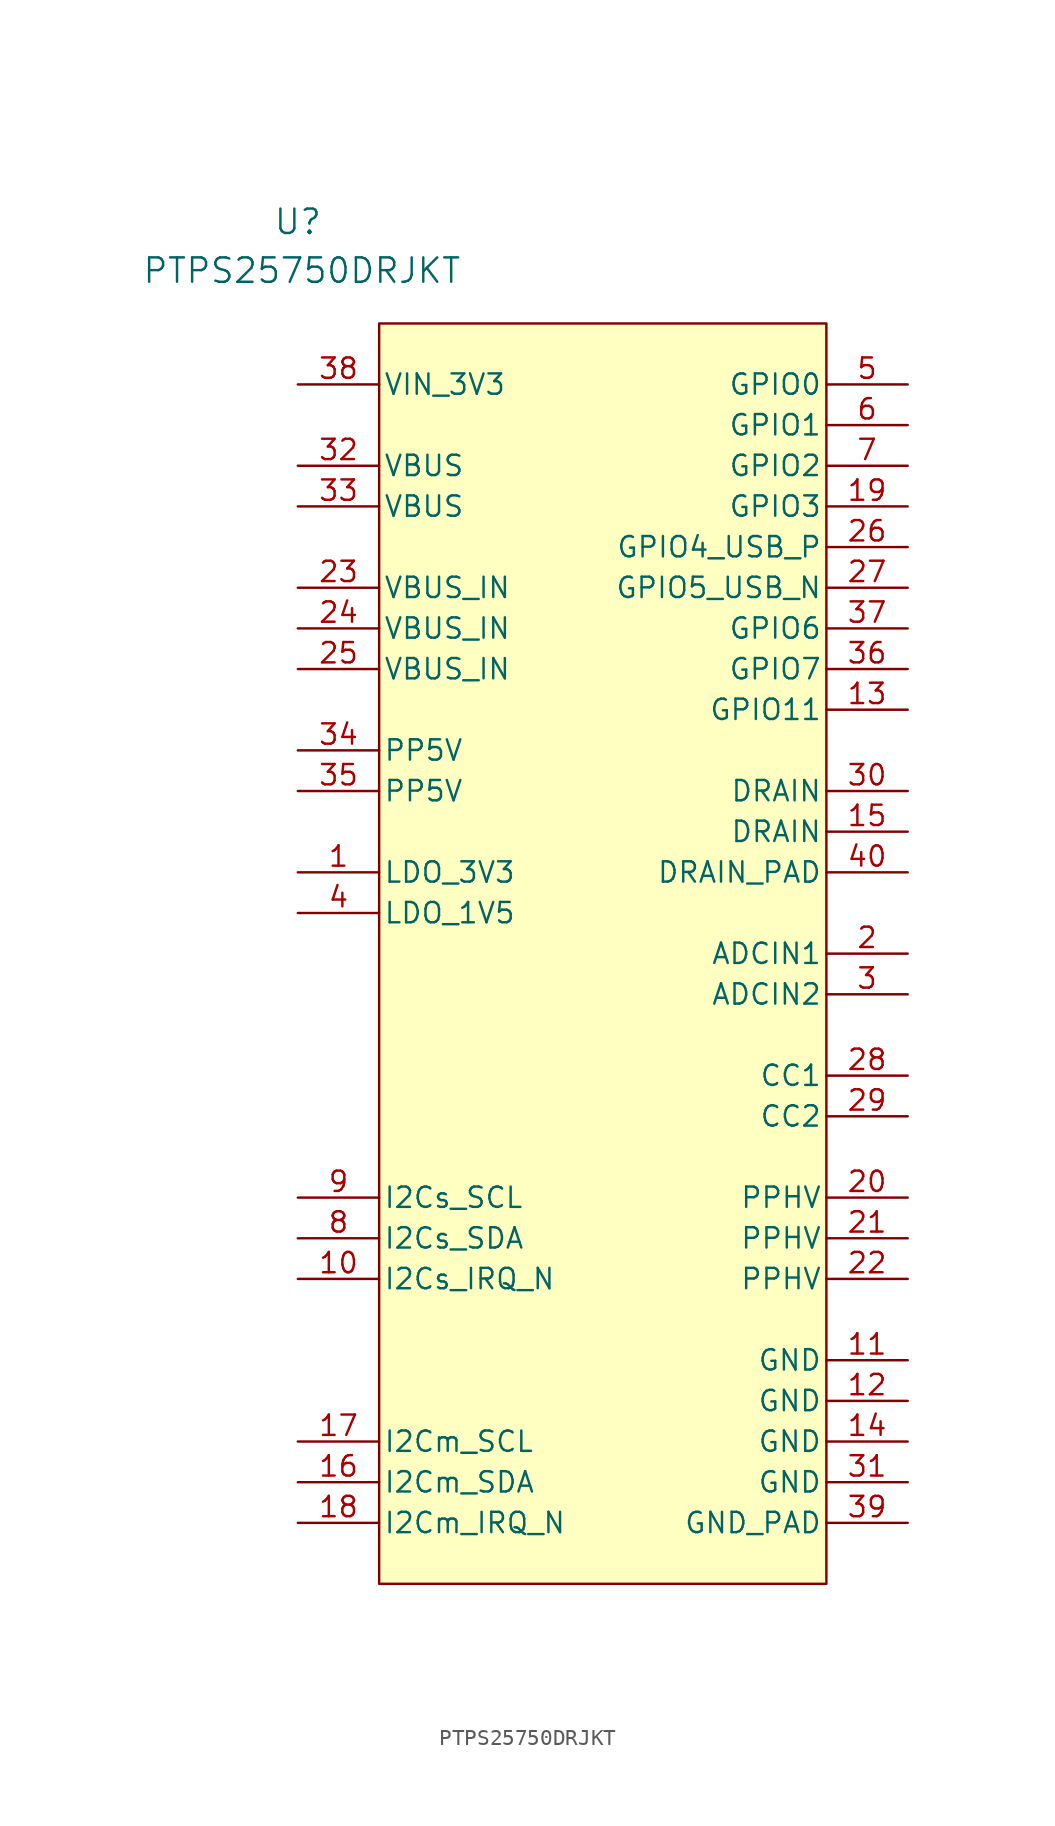
<source format=kicad_sym>
(kicad_symbol_lib
  (version 20231120)
  (generator "kicad_symbol_editor")
  (generator_version "8.99")
  (symbol "PTPS25750DRJKT"
    (pin_names
      (offset 0.254))
    (property "Reference" "U"
      (at 0 10.16 0)
      (effects (font (size 1.524 1.524))))
    (property "Value" "PTPS25750DRJKT"
      (at 0.254 7.112 0)
      (effects (font (size 1.524 1.524))))
    (property "ki_locked" ""
      (at 0 0 0)
      (effects (font (size 1.27 1.27))))
    (symbol "PTPS25750DRJKT_0_1"
      (pin unspecified line (at 0 -30.48 0) (length 5.08) (name "LDO_3V3" (effects (font (size 1.27 1.27)))) (number "1" (effects (font (size 1.27 1.27)))))
      (pin output line (at 0 -55.88 0) (length 5.08) (name "I2Cs_IRQ_N" (effects (font (size 1.27 1.27)))) (number "10" (effects (font (size 1.27 1.27)))))
      (pin power_in line (at 38.1 -60.96 180) (length 5.08) (name "GND" (effects (font (size 1.27 1.27)))) (number "11" (effects (font (size 1.27 1.27)))))
      (pin power_in line (at 38.1 -63.5 180) (length 5.08) (name "GND" (effects (font (size 1.27 1.27)))) (number "12" (effects (font (size 1.27 1.27)))))
      (pin bidirectional line (at 38.1 -20.32 180) (length 5.08) (name "GPIO11" (effects (font (size 1.27 1.27)))) (number "13" (effects (font (size 1.27 1.27)))))
      (pin power_in line (at 38.1 -66.04 180) (length 5.08) (name "GND" (effects (font (size 1.27 1.27)))) (number "14" (effects (font (size 1.27 1.27)))))
      (pin unspecified line (at 38.1 -27.94 180) (length 5.08) (name "DRAIN" (effects (font (size 1.27 1.27)))) (number "15" (effects (font (size 1.27 1.27)))))
      (pin bidirectional line (at 0 -68.58 0) (length 5.08) (name "I2Cm_SDA" (effects (font (size 1.27 1.27)))) (number "16" (effects (font (size 1.27 1.27)))))
      (pin output line (at 0 -66.04 0) (length 5.08) (name "I2Cm_SCL" (effects (font (size 1.27 1.27)))) (number "17" (effects (font (size 1.27 1.27)))))
      (pin input line (at 0 -71.12 0) (length 5.08) (name "I2Cm_IRQ_N" (effects (font (size 1.27 1.27)))) (number "18" (effects (font (size 1.27 1.27)))))
      (pin bidirectional line (at 38.1 -7.62 180) (length 5.08) (name "GPIO3" (effects (font (size 1.27 1.27)))) (number "19" (effects (font (size 1.27 1.27)))))
      (pin unspecified line (at 38.1 -35.56 180) (length 5.08) (name "ADCIN1" (effects (font (size 1.27 1.27)))) (number "2" (effects (font (size 1.27 1.27)))))
      (pin unspecified line (at 38.1 -50.8 180) (length 5.08) (name "PPHV" (effects (font (size 1.27 1.27)))) (number "20" (effects (font (size 1.27 1.27)))))
      (pin unspecified line (at 38.1 -53.34 180) (length 5.08) (name "PPHV" (effects (font (size 1.27 1.27)))) (number "21" (effects (font (size 1.27 1.27)))))
      (pin unspecified line (at 38.1 -55.88 180) (length 5.08) (name "PPHV" (effects (font (size 1.27 1.27)))) (number "22" (effects (font (size 1.27 1.27)))))
      (pin power_in line (at 0 -12.7 0) (length 5.08) (name "VBUS_IN" (effects (font (size 1.27 1.27)))) (number "23" (effects (font (size 1.27 1.27)))))
      (pin power_in line (at 0 -15.24 0) (length 5.08) (name "VBUS_IN" (effects (font (size 1.27 1.27)))) (number "24" (effects (font (size 1.27 1.27)))))
      (pin power_in line (at 0 -17.78 0) (length 5.08) (name "VBUS_IN" (effects (font (size 1.27 1.27)))) (number "25" (effects (font (size 1.27 1.27)))))
      (pin bidirectional line (at 38.1 -10.16 180) (length 5.08) (name "GPIO4_USB_P" (effects (font (size 1.27 1.27)))) (number "26" (effects (font (size 1.27 1.27)))))
      (pin bidirectional line (at 38.1 -12.7 180) (length 5.08) (name "GPIO5_USB_N" (effects (font (size 1.27 1.27)))) (number "27" (effects (font (size 1.27 1.27)))))
      (pin unspecified line (at 38.1 -43.18 180) (length 5.08) (name "CC1" (effects (font (size 1.27 1.27)))) (number "28" (effects (font (size 1.27 1.27)))))
      (pin unspecified line (at 38.1 -45.72 180) (length 5.08) (name "CC2" (effects (font (size 1.27 1.27)))) (number "29" (effects (font (size 1.27 1.27)))))
      (pin unspecified line (at 38.1 -38.1 180) (length 5.08) (name "ADCIN2" (effects (font (size 1.27 1.27)))) (number "3" (effects (font (size 1.27 1.27)))))
      (pin unspecified line (at 38.1 -25.4 180) (length 5.08) (name "DRAIN" (effects (font (size 1.27 1.27)))) (number "30" (effects (font (size 1.27 1.27)))))
      (pin power_in line (at 38.1 -68.58 180) (length 5.08) (name "GND" (effects (font (size 1.27 1.27)))) (number "31" (effects (font (size 1.27 1.27)))))
      (pin power_in line (at 0 -5.08 0) (length 5.08) (name "VBUS" (effects (font (size 1.27 1.27)))) (number "32" (effects (font (size 1.27 1.27)))))
      (pin power_in line (at 0 -7.62 0) (length 5.08) (name "VBUS" (effects (font (size 1.27 1.27)))) (number "33" (effects (font (size 1.27 1.27)))))
      (pin power_in line (at 0 -22.86 0) (length 5.08) (name "PP5V" (effects (font (size 1.27 1.27)))) (number "34" (effects (font (size 1.27 1.27)))))
      (pin power_in line (at 0 -25.4 0) (length 5.08) (name "PP5V" (effects (font (size 1.27 1.27)))) (number "35" (effects (font (size 1.27 1.27)))))
      (pin bidirectional line (at 38.1 -17.78 180) (length 5.08) (name "GPIO7" (effects (font (size 1.27 1.27)))) (number "36" (effects (font (size 1.27 1.27)))))
      (pin bidirectional line (at 38.1 -15.24 180) (length 5.08) (name "GPIO6" (effects (font (size 1.27 1.27)))) (number "37" (effects (font (size 1.27 1.27)))))
      (pin power_in line (at 0 0 0) (length 5.08) (name "VIN_3V3" (effects (font (size 1.27 1.27)))) (number "38" (effects (font (size 1.27 1.27)))))
      (pin power_in line (at 38.1 -71.12 180) (length 5.08) (name "GND_PAD" (effects (font (size 1.27 1.27)))) (number "39" (effects (font (size 1.27 1.27)))))
      (pin unspecified line (at 0 -33.02 0) (length 5.08) (name "LDO_1V5" (effects (font (size 1.27 1.27)))) (number "4" (effects (font (size 1.27 1.27)))))
      (pin unspecified line (at 38.1 -30.48 180) (length 5.08) (name "DRAIN_PAD" (effects (font (size 1.27 1.27)))) (number "40" (effects (font (size 1.27 1.27)))))
      (pin bidirectional line (at 38.1 0 180) (length 5.08) (name "GPIO0" (effects (font (size 1.27 1.27)))) (number "5" (effects (font (size 1.27 1.27)))))
      (pin bidirectional line (at 38.1 -2.54 180) (length 5.08) (name "GPIO1" (effects (font (size 1.27 1.27)))) (number "6" (effects (font (size 1.27 1.27)))))
      (pin bidirectional line (at 38.1 -5.08 180) (length 5.08) (name "GPIO2" (effects (font (size 1.27 1.27)))) (number "7" (effects (font (size 1.27 1.27)))))
      (pin bidirectional line (at 0 -53.34 0) (length 5.08) (name "I2Cs_SDA" (effects (font (size 1.27 1.27)))) (number "8" (effects (font (size 1.27 1.27)))))
      (pin input line (at 0 -50.8 0) (length 5.08) (name "I2Cs_SCL" (effects (font (size 1.27 1.27)))) (number "9" (effects (font (size 1.27 1.27))))))
    (symbol "PTPS25750DRJKT_1_1"
      (rectangle (start 5.08 3.81) (end 33.02 -74.93) (stroke (width 0) (type default)) (fill (type background))))))
</source>
